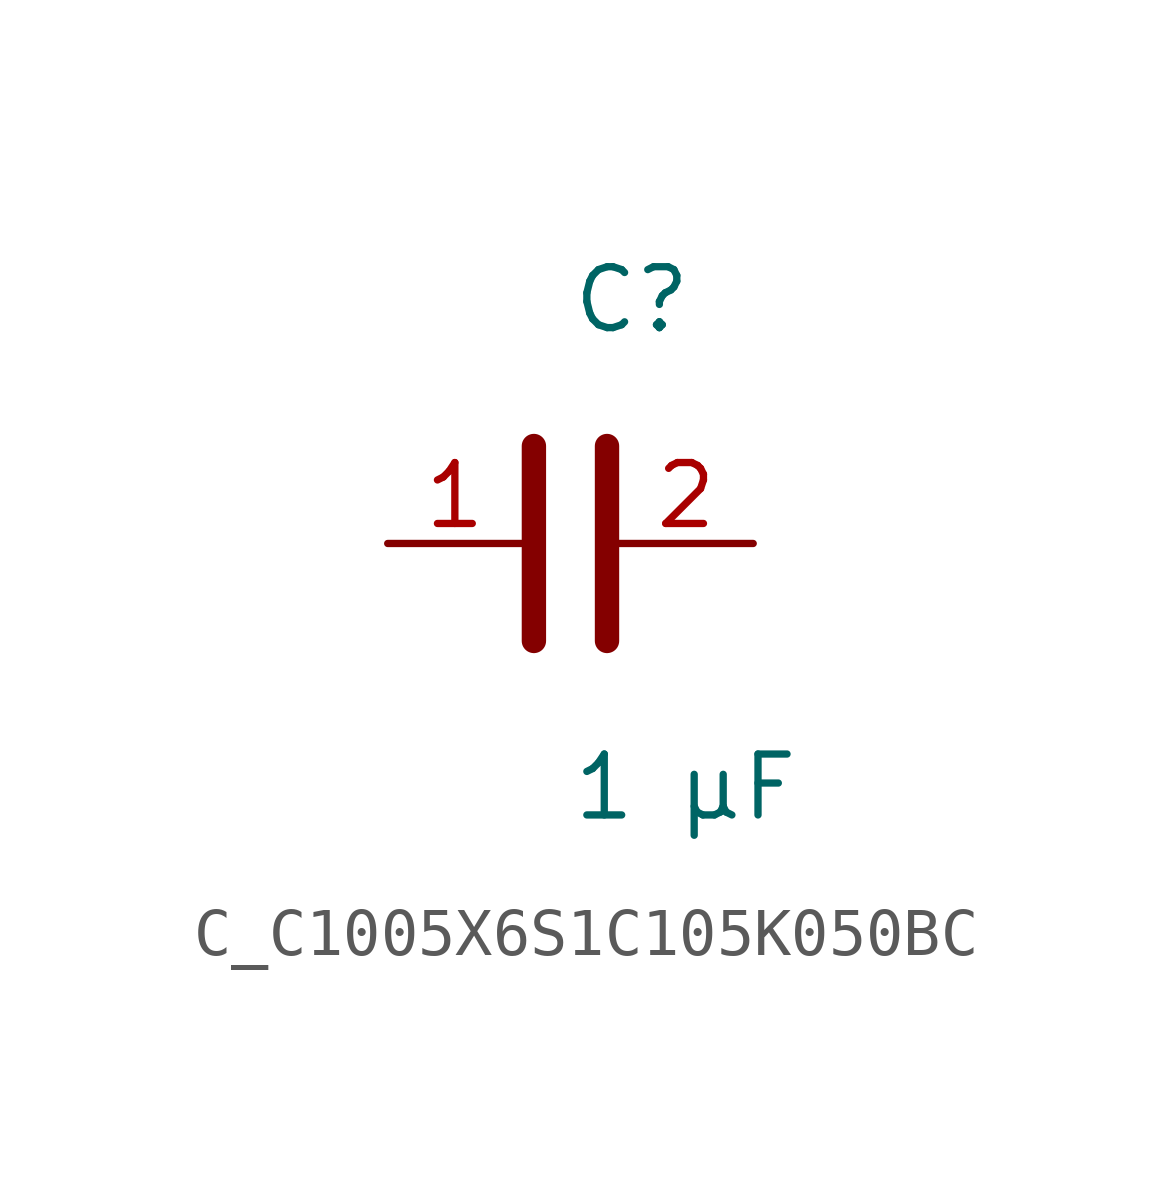
<source format=kicad_sym>
(kicad_symbol_lib
  (version 20231120)
  (generator kicad_symbol_editor)
  (generator_version 8.0)
  (symbol "C_C1005X6S1C105K050BC"
    (pin_names
      (offset 0.254))
    (property "Reference" "C"
      (at 0 5.08 0)
      (effects (font (size 1.27 1.27)) (justify left)))
    (property "Value" "1 µF"
      (at 0 -5.08 0)
      (effects (font (size 1.27 1.27)) (justify left)))
    (symbol "C_C1005X6S1C105K050BC_0_1"
      (polyline (pts (xy -0.762 -2.032) (xy -0.762 2.032)) (stroke (width 0.508) (type default)) (fill (type none)))
      (polyline (pts (xy 0.762 -2.032) (xy 0.762 2.032)) (stroke (width 0.508) (type default)) (fill (type none))))
    (pin passive line
      (at -3.81 0 0)
      (length 2.8)
      (name "" (effects (font (size 1.27 1.27))))
      (number "1" (effects (font (size 1.27 1.27)))))
    (pin passive line
      (at 3.81 0 180)
      (length 2.8)
      (name "" (effects (font (size 1.27 1.27))))
      (number "2" (effects (font (size 1.27 1.27)))))))
</source>
